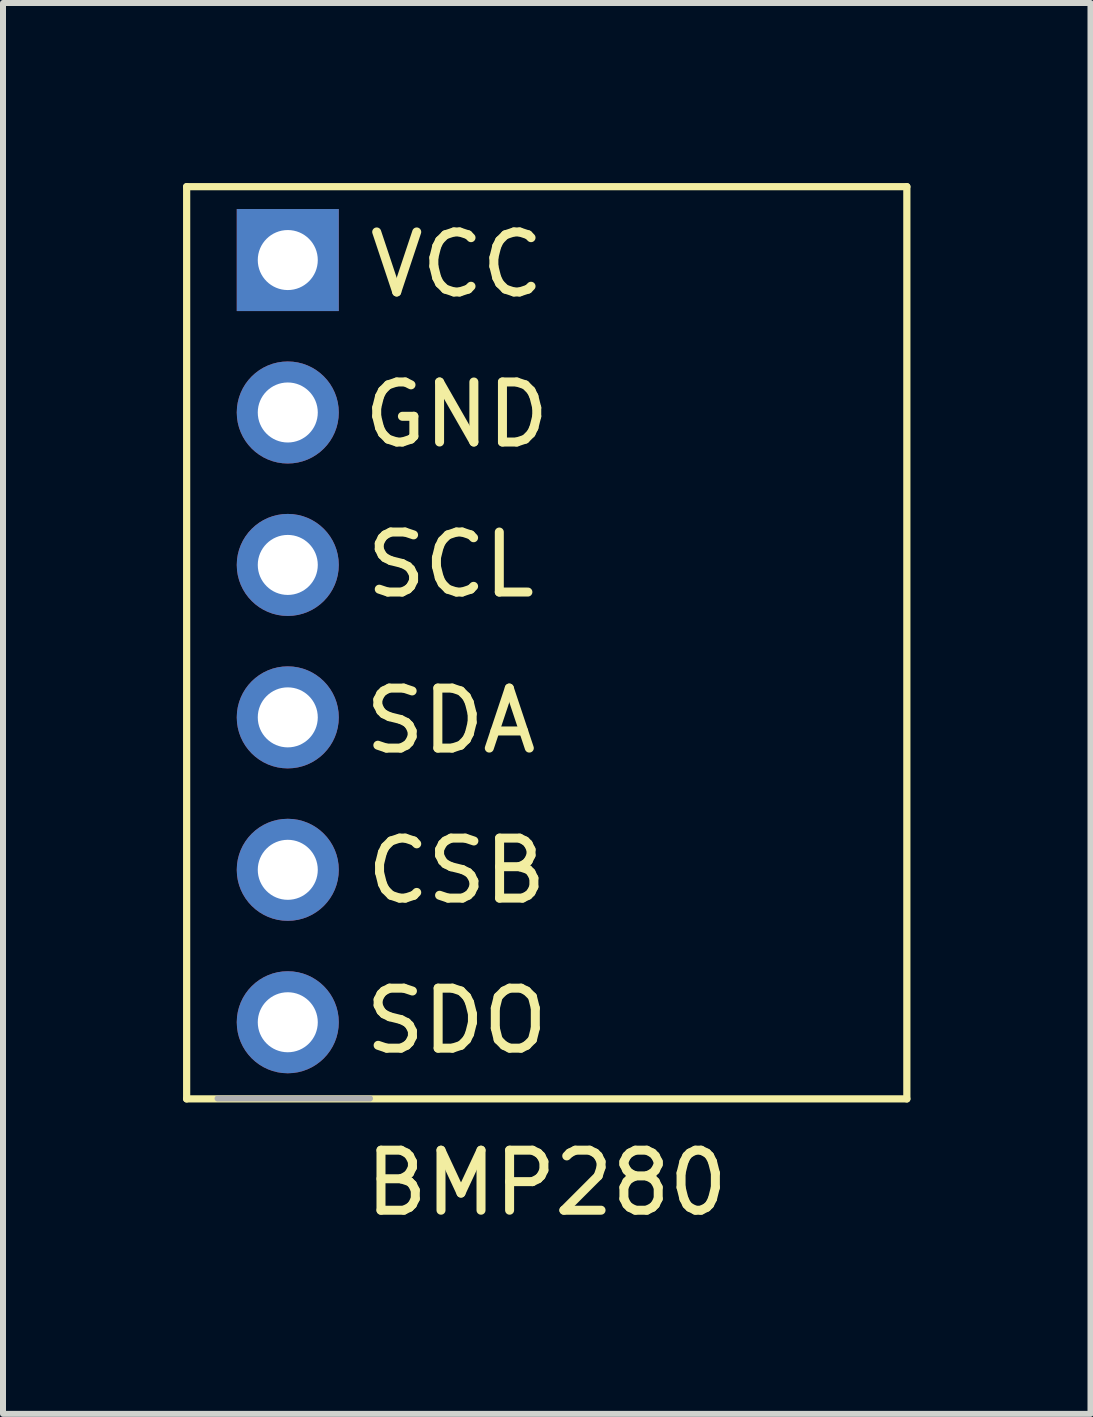
<source format=kicad_pcb>
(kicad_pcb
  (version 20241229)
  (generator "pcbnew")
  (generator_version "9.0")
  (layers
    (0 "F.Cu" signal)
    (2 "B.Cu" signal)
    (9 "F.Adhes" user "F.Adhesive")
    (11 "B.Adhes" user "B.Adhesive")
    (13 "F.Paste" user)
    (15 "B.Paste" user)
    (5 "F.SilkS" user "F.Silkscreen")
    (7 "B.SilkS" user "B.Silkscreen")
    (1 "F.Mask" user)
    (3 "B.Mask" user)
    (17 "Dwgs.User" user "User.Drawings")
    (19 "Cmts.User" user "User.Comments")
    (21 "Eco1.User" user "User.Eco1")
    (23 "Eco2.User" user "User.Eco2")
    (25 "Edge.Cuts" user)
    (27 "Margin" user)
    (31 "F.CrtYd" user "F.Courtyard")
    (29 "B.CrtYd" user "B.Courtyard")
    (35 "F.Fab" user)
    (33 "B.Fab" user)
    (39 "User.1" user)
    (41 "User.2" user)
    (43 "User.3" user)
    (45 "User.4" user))
  (footprint "BMP280"
    (layer "F.Cu")
    (at 6.06 7.66)
    (property "Reference" "BMP280" (at 0 9 0) (layer "F.SilkS") (effects (font (size 1 1) (thickness 0.15))))
    (attr through_hole)
    (fp_line (start -6 -7.6) (end 6 -7.6) (stroke (width 0.12) (type solid)) (layer "F.SilkS"))
    (fp_line (start -6 7.6) (end -6 -7.6) (stroke (width 0.12) (type solid)) (layer "F.SilkS"))
    (fp_line (start 6 7.6) (end -6 7.6) (stroke (width 0.12) (type solid)) (layer "F.SilkS"))
    (fp_line (start 6 7.6) (end 6 -7.6) (stroke (width 0.12) (type solid)) (layer "F.SilkS"))
    (fp_line (start -2.945 7.593) (end -5.485 7.593) (stroke (width 0.1) (type solid)) (layer "F.Fab"))
    (fp_text user "VCC" (at -1.5 -6.3 0) (layer "F.SilkS") (effects (font (size 1 1) (thickness 0.15))))
    (fp_text user "CSB" (at -1.5 3.8 0) (layer "F.SilkS") (effects (font (size 1 1) (thickness 0.15))))
    (fp_text user "SDA" (at -1.6 1.3 0) (layer "F.SilkS") (effects (font (size 1 1) (thickness 0.15))))
    (fp_text user "SDO" (at -1.5 6.3 0) (layer "F.SilkS") (effects (font (size 1 1) (thickness 0.15))))
    (fp_text user "SCL" (at -1.6 -1.3 0) (layer "F.SilkS") (effects (font (size 1 1) (thickness 0.15))))
    (fp_text user "GND" (at -1.5 -3.8 0) (layer "F.SilkS") (effects (font (size 1 1) (thickness 0.15))))
    (pad "1" thru_hole rect (at -4.315 -6.377) (size 1.7 1.7) (drill 1) (layers "*.Cu" "*.Mask"))
    (pad "2" thru_hole oval (at -4.315 -3.837) (size 1.7 1.7) (drill 1) (layers "*.Cu" "*.Mask"))
    (pad "3" thru_hole oval (at -4.315 -1.297) (size 1.7 1.7) (drill 1) (layers "*.Cu" "*.Mask"))
    (pad "4" thru_hole oval (at -4.315 1.243) (size 1.7 1.7) (drill 1) (layers "*.Cu" "*.Mask"))
    (pad "5" thru_hole oval (at -4.315 3.783) (size 1.7 1.7) (drill 1) (layers "*.Cu" "*.Mask"))
    (pad "6" thru_hole oval (at -4.315 6.323) (size 1.7 1.7) (drill 1) (layers "*.Cu" "*.Mask")))
  (gr_rect
    (start -3 -3)
    (end 15.12 20.508)
    (stroke (width 0.1) (type default))
    (fill no)
    (layer "Edge.Cuts")))
</source>
